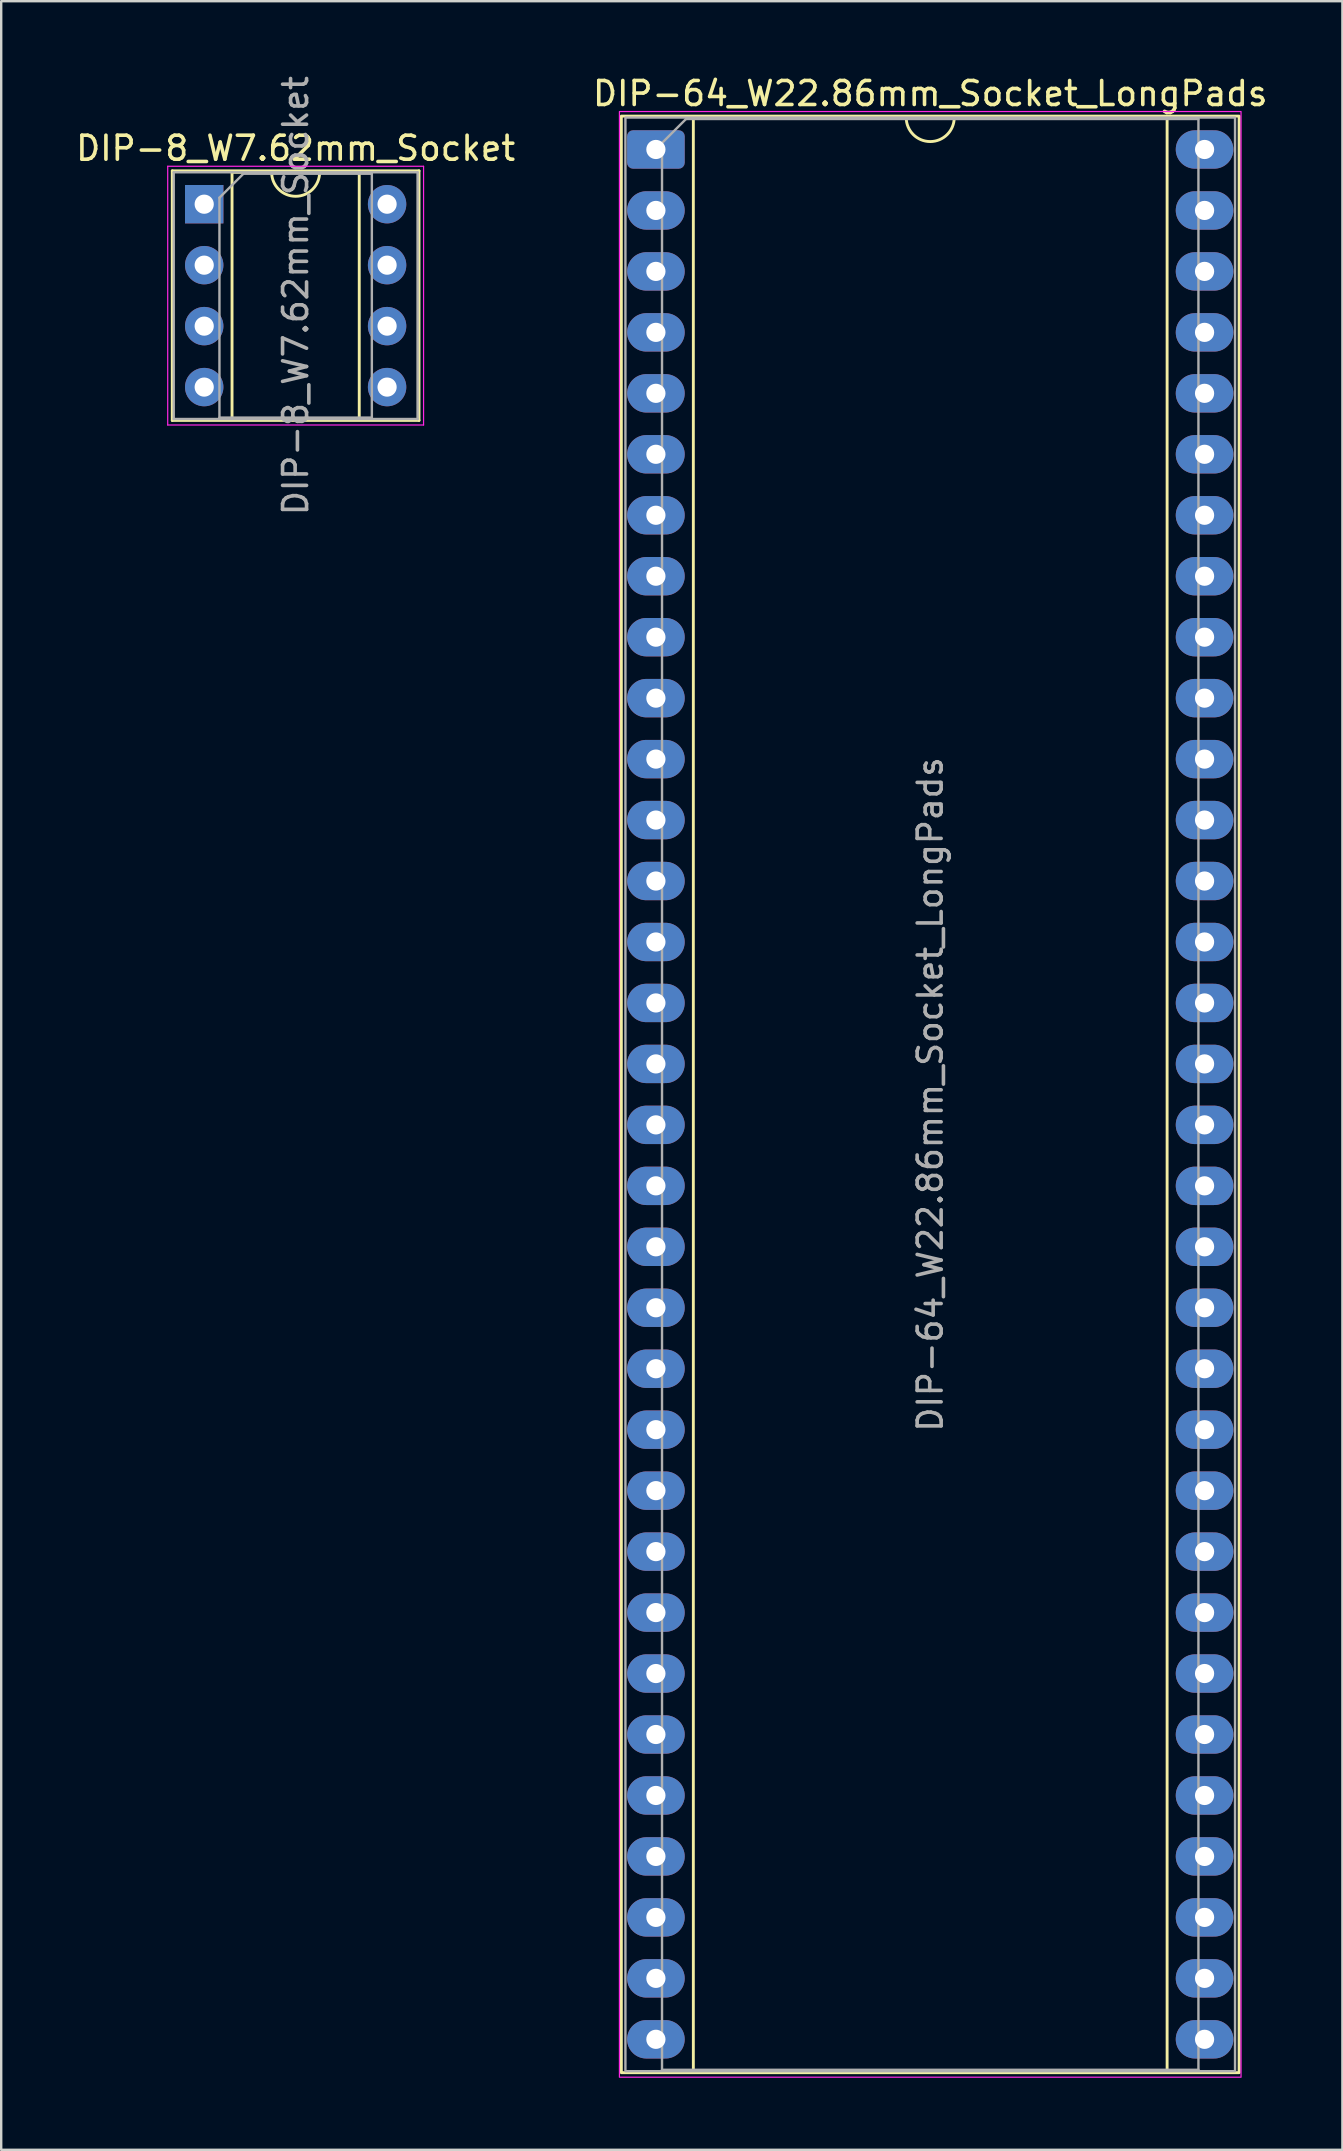
<source format=kicad_pcb>
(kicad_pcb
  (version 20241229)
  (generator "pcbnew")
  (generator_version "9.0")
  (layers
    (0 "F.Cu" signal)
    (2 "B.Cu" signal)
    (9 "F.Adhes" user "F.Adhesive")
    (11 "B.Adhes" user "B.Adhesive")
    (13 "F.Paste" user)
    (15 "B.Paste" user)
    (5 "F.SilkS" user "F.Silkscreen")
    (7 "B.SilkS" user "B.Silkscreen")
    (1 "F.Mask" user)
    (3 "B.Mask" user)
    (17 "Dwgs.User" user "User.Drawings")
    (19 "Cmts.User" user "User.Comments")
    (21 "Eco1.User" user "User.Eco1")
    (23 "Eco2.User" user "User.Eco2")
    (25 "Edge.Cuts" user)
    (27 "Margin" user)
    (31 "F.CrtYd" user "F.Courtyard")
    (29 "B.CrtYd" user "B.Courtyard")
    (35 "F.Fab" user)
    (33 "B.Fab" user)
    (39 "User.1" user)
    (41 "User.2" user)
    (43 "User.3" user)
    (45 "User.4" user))
  (footprint "DIP-64_W22.86mm_Socket_LongPads"
    (layer "F.Cu")
    (at 24.278 3.178)
    (property "Reference" "DIP-64_W22.86mm_Socket_LongPads" (at 11.43 -2.33 0) (layer "F.SilkS") (effects (font (size 1 1) (thickness 0.15))))
    (attr through_hole)
    (fp_line (start 1.56 -1.33) (end 1.56 80.07) (stroke (width 0.12) (type solid)) (layer "F.SilkS"))
    (fp_line (start 1.56 80.07) (end 21.3 80.07) (stroke (width 0.12) (type solid)) (layer "F.SilkS"))
    (fp_line (start 10.43 -1.33) (end 1.56 -1.33) (stroke (width 0.12) (type solid)) (layer "F.SilkS"))
    (fp_line (start 21.3 -1.33) (end 12.43 -1.33) (stroke (width 0.12) (type solid)) (layer "F.SilkS"))
    (fp_line (start 21.3 80.07) (end 21.3 -1.33) (stroke (width 0.12) (type solid)) (layer "F.SilkS"))
    (fp_rect (start -1.44 -1.39) (end 24.3 80.13) (stroke (width 0.12) (type solid)) (fill no) (layer "F.SilkS"))
    (fp_arc (start 12.43 -1.33) (mid 11.43 -0.33) (end 10.43 -1.33) (stroke (width 0.12) (type solid)) (layer "F.SilkS"))
    (fp_rect (start -1.52 -1.58) (end 24.38 80.32) (stroke (width 0.05) (type solid)) (fill no) (layer "F.CrtYd"))
    (fp_line (start 0.255 -0.27) (end 1.255 -1.27) (stroke (width 0.1) (type solid)) (layer "F.Fab"))
    (fp_line (start 0.255 80.01) (end 0.255 -0.27) (stroke (width 0.1) (type solid)) (layer "F.Fab"))
    (fp_line (start 1.255 -1.27) (end 22.605 -1.27) (stroke (width 0.1) (type solid)) (layer "F.Fab"))
    (fp_line (start 22.605 -1.27) (end 22.605 80.01) (stroke (width 0.1) (type solid)) (layer "F.Fab"))
    (fp_line (start 22.605 80.01) (end 0.255 80.01) (stroke (width 0.1) (type solid)) (layer "F.Fab"))
    (fp_rect (start -1.27 -1.33) (end 24.13 80.07) (stroke (width 0.1) (type solid)) (fill no) (layer "F.Fab"))
    (fp_text user "${REFERENCE}" (at 11.43 39.37 90) (layer "F.Fab") (effects (font (size 1 1) (thickness 0.15))))
    (pad "1" thru_hole roundrect (at 0 0) (size 2.4 1.6) (drill 0.8) (layers "*.Cu" "*.Mask") (roundrect_rratio 0.156))
    (pad "2" thru_hole oval (at 0 2.54) (size 2.4 1.6) (drill 0.8) (layers "*.Cu" "*.Mask"))
    (pad "3" thru_hole oval (at 0 5.08) (size 2.4 1.6) (drill 0.8) (layers "*.Cu" "*.Mask"))
    (pad "4" thru_hole oval (at 0 7.62) (size 2.4 1.6) (drill 0.8) (layers "*.Cu" "*.Mask"))
    (pad "5" thru_hole oval (at 0 10.16) (size 2.4 1.6) (drill 0.8) (layers "*.Cu" "*.Mask"))
    (pad "6" thru_hole oval (at 0 12.7) (size 2.4 1.6) (drill 0.8) (layers "*.Cu" "*.Mask"))
    (pad "7" thru_hole oval (at 0 15.24) (size 2.4 1.6) (drill 0.8) (layers "*.Cu" "*.Mask"))
    (pad "8" thru_hole oval (at 0 17.78) (size 2.4 1.6) (drill 0.8) (layers "*.Cu" "*.Mask"))
    (pad "9" thru_hole oval (at 0 20.32) (size 2.4 1.6) (drill 0.8) (layers "*.Cu" "*.Mask"))
    (pad "10" thru_hole oval (at 0 22.86) (size 2.4 1.6) (drill 0.8) (layers "*.Cu" "*.Mask"))
    (pad "11" thru_hole oval (at 0 25.4) (size 2.4 1.6) (drill 0.8) (layers "*.Cu" "*.Mask"))
    (pad "12" thru_hole oval (at 0 27.94) (size 2.4 1.6) (drill 0.8) (layers "*.Cu" "*.Mask"))
    (pad "13" thru_hole oval (at 0 30.48) (size 2.4 1.6) (drill 0.8) (layers "*.Cu" "*.Mask"))
    (pad "14" thru_hole oval (at 0 33.02) (size 2.4 1.6) (drill 0.8) (layers "*.Cu" "*.Mask"))
    (pad "15" thru_hole oval (at 0 35.56) (size 2.4 1.6) (drill 0.8) (layers "*.Cu" "*.Mask"))
    (pad "16" thru_hole oval (at 0 38.1) (size 2.4 1.6) (drill 0.8) (layers "*.Cu" "*.Mask"))
    (pad "17" thru_hole oval (at 0 40.64) (size 2.4 1.6) (drill 0.8) (layers "*.Cu" "*.Mask"))
    (pad "18" thru_hole oval (at 0 43.18) (size 2.4 1.6) (drill 0.8) (layers "*.Cu" "*.Mask"))
    (pad "19" thru_hole oval (at 0 45.72) (size 2.4 1.6) (drill 0.8) (layers "*.Cu" "*.Mask"))
    (pad "20" thru_hole oval (at 0 48.26) (size 2.4 1.6) (drill 0.8) (layers "*.Cu" "*.Mask"))
    (pad "21" thru_hole oval (at 0 50.8) (size 2.4 1.6) (drill 0.8) (layers "*.Cu" "*.Mask"))
    (pad "22" thru_hole oval (at 0 53.34) (size 2.4 1.6) (drill 0.8) (layers "*.Cu" "*.Mask"))
    (pad "23" thru_hole oval (at 0 55.88) (size 2.4 1.6) (drill 0.8) (layers "*.Cu" "*.Mask"))
    (pad "24" thru_hole oval (at 0 58.42) (size 2.4 1.6) (drill 0.8) (layers "*.Cu" "*.Mask"))
    (pad "25" thru_hole oval (at 0 60.96) (size 2.4 1.6) (drill 0.8) (layers "*.Cu" "*.Mask"))
    (pad "26" thru_hole oval (at 0 63.5) (size 2.4 1.6) (drill 0.8) (layers "*.Cu" "*.Mask"))
    (pad "27" thru_hole oval (at 0 66.04) (size 2.4 1.6) (drill 0.8) (layers "*.Cu" "*.Mask"))
    (pad "28" thru_hole oval (at 0 68.58) (size 2.4 1.6) (drill 0.8) (layers "*.Cu" "*.Mask"))
    (pad "29" thru_hole oval (at 0 71.12) (size 2.4 1.6) (drill 0.8) (layers "*.Cu" "*.Mask"))
    (pad "30" thru_hole oval (at 0 73.66) (size 2.4 1.6) (drill 0.8) (layers "*.Cu" "*.Mask"))
    (pad "31" thru_hole oval (at 0 76.2) (size 2.4 1.6) (drill 0.8) (layers "*.Cu" "*.Mask"))
    (pad "32" thru_hole oval (at 0 78.74) (size 2.4 1.6) (drill 0.8) (layers "*.Cu" "*.Mask"))
    (pad "33" thru_hole oval (at 22.86 78.74) (size 2.4 1.6) (drill 0.8) (layers "*.Cu" "*.Mask"))
    (pad "34" thru_hole oval (at 22.86 76.2) (size 2.4 1.6) (drill 0.8) (layers "*.Cu" "*.Mask"))
    (pad "35" thru_hole oval (at 22.86 73.66) (size 2.4 1.6) (drill 0.8) (layers "*.Cu" "*.Mask"))
    (pad "36" thru_hole oval (at 22.86 71.12) (size 2.4 1.6) (drill 0.8) (layers "*.Cu" "*.Mask"))
    (pad "37" thru_hole oval (at 22.86 68.58) (size 2.4 1.6) (drill 0.8) (layers "*.Cu" "*.Mask"))
    (pad "38" thru_hole oval (at 22.86 66.04) (size 2.4 1.6) (drill 0.8) (layers "*.Cu" "*.Mask"))
    (pad "39" thru_hole oval (at 22.86 63.5) (size 2.4 1.6) (drill 0.8) (layers "*.Cu" "*.Mask"))
    (pad "40" thru_hole oval (at 22.86 60.96) (size 2.4 1.6) (drill 0.8) (layers "*.Cu" "*.Mask"))
    (pad "41" thru_hole oval (at 22.86 58.42) (size 2.4 1.6) (drill 0.8) (layers "*.Cu" "*.Mask"))
    (pad "42" thru_hole oval (at 22.86 55.88) (size 2.4 1.6) (drill 0.8) (layers "*.Cu" "*.Mask"))
    (pad "43" thru_hole oval (at 22.86 53.34) (size 2.4 1.6) (drill 0.8) (layers "*.Cu" "*.Mask"))
    (pad "44" thru_hole oval (at 22.86 50.8) (size 2.4 1.6) (drill 0.8) (layers "*.Cu" "*.Mask"))
    (pad "45" thru_hole oval (at 22.86 48.26) (size 2.4 1.6) (drill 0.8) (layers "*.Cu" "*.Mask"))
    (pad "46" thru_hole oval (at 22.86 45.72) (size 2.4 1.6) (drill 0.8) (layers "*.Cu" "*.Mask"))
    (pad "47" thru_hole oval (at 22.86 43.18) (size 2.4 1.6) (drill 0.8) (layers "*.Cu" "*.Mask"))
    (pad "48" thru_hole oval (at 22.86 40.64) (size 2.4 1.6) (drill 0.8) (layers "*.Cu" "*.Mask"))
    (pad "49" thru_hole oval (at 22.86 38.1) (size 2.4 1.6) (drill 0.8) (layers "*.Cu" "*.Mask"))
    (pad "50" thru_hole oval (at 22.86 35.56) (size 2.4 1.6) (drill 0.8) (layers "*.Cu" "*.Mask"))
    (pad "51" thru_hole oval (at 22.86 33.02) (size 2.4 1.6) (drill 0.8) (layers "*.Cu" "*.Mask"))
    (pad "52" thru_hole oval (at 22.86 30.48) (size 2.4 1.6) (drill 0.8) (layers "*.Cu" "*.Mask"))
    (pad "53" thru_hole oval (at 22.86 27.94) (size 2.4 1.6) (drill 0.8) (layers "*.Cu" "*.Mask"))
    (pad "54" thru_hole oval (at 22.86 25.4) (size 2.4 1.6) (drill 0.8) (layers "*.Cu" "*.Mask"))
    (pad "55" thru_hole oval (at 22.86 22.86) (size 2.4 1.6) (drill 0.8) (layers "*.Cu" "*.Mask"))
    (pad "56" thru_hole oval (at 22.86 20.32) (size 2.4 1.6) (drill 0.8) (layers "*.Cu" "*.Mask"))
    (pad "57" thru_hole oval (at 22.86 17.78) (size 2.4 1.6) (drill 0.8) (layers "*.Cu" "*.Mask"))
    (pad "58" thru_hole oval (at 22.86 15.24) (size 2.4 1.6) (drill 0.8) (layers "*.Cu" "*.Mask"))
    (pad "59" thru_hole oval (at 22.86 12.7) (size 2.4 1.6) (drill 0.8) (layers "*.Cu" "*.Mask"))
    (pad "60" thru_hole oval (at 22.86 10.16) (size 2.4 1.6) (drill 0.8) (layers "*.Cu" "*.Mask"))
    (pad "61" thru_hole oval (at 22.86 7.62) (size 2.4 1.6) (drill 0.8) (layers "*.Cu" "*.Mask"))
    (pad "62" thru_hole oval (at 22.86 5.08) (size 2.4 1.6) (drill 0.8) (layers "*.Cu" "*.Mask"))
    (pad "63" thru_hole oval (at 22.86 2.54) (size 2.4 1.6) (drill 0.8) (layers "*.Cu" "*.Mask"))
    (pad "64" thru_hole oval (at 22.86 0) (size 2.4 1.6) (drill 0.8) (layers "*.Cu" "*.Mask")))
  (footprint "DIP-8_W7.62mm_Socket"
    (layer "F.Cu")
    (at 5.458 5.458)
    (property "Reference" "DIP-8_W7.62mm_Socket" (at 3.81 -2.33 0) (layer "F.SilkS") (effects (font (size 1 1) (thickness 0.15))))
    (attr through_hole)
    (fp_line (start -1.33 -1.39) (end -1.33 9.01) (stroke (width 0.12) (type solid)) (layer "F.SilkS"))
    (fp_line (start -1.33 9.01) (end 8.95 9.01) (stroke (width 0.12) (type solid)) (layer "F.SilkS"))
    (fp_line (start 1.16 -1.33) (end 1.16 8.95) (stroke (width 0.12) (type solid)) (layer "F.SilkS"))
    (fp_line (start 1.16 8.95) (end 6.46 8.95) (stroke (width 0.12) (type solid)) (layer "F.SilkS"))
    (fp_line (start 2.81 -1.33) (end 1.16 -1.33) (stroke (width 0.12) (type solid)) (layer "F.SilkS"))
    (fp_line (start 6.46 -1.33) (end 4.81 -1.33) (stroke (width 0.12) (type solid)) (layer "F.SilkS"))
    (fp_line (start 6.46 8.95) (end 6.46 -1.33) (stroke (width 0.12) (type solid)) (layer "F.SilkS"))
    (fp_line (start 8.95 -1.39) (end -1.33 -1.39) (stroke (width 0.12) (type solid)) (layer "F.SilkS"))
    (fp_line (start 8.95 9.01) (end 8.95 -1.39) (stroke (width 0.12) (type solid)) (layer "F.SilkS"))
    (fp_arc (start 4.81 -1.33) (mid 3.81 -0.33) (end 2.81 -1.33) (stroke (width 0.12) (type solid)) (layer "F.SilkS"))
    (fp_line (start -1.52 -1.58) (end -1.52 9.2) (stroke (width 0.05) (type solid)) (layer "F.CrtYd"))
    (fp_line (start -1.52 9.2) (end 9.14 9.2) (stroke (width 0.05) (type solid)) (layer "F.CrtYd"))
    (fp_line (start 9.14 -1.58) (end -1.52 -1.58) (stroke (width 0.05) (type solid)) (layer "F.CrtYd"))
    (fp_line (start 9.14 9.2) (end 9.14 -1.58) (stroke (width 0.05) (type solid)) (layer "F.CrtYd"))
    (fp_line (start -1.27 -1.33) (end -1.27 8.95) (stroke (width 0.1) (type solid)) (layer "F.Fab"))
    (fp_line (start -1.27 8.95) (end 8.89 8.95) (stroke (width 0.1) (type solid)) (layer "F.Fab"))
    (fp_line (start 0.635 -0.27) (end 1.635 -1.27) (stroke (width 0.1) (type solid)) (layer "F.Fab"))
    (fp_line (start 0.635 8.89) (end 0.635 -0.27) (stroke (width 0.1) (type solid)) (layer "F.Fab"))
    (fp_line (start 1.635 -1.27) (end 6.985 -1.27) (stroke (width 0.1) (type solid)) (layer "F.Fab"))
    (fp_line (start 6.985 -1.27) (end 6.985 8.89) (stroke (width 0.1) (type solid)) (layer "F.Fab"))
    (fp_line (start 6.985 8.89) (end 0.635 8.89) (stroke (width 0.1) (type solid)) (layer "F.Fab"))
    (fp_line (start 8.89 -1.33) (end -1.27 -1.33) (stroke (width 0.1) (type solid)) (layer "F.Fab"))
    (fp_line (start 8.89 8.95) (end 8.89 -1.33) (stroke (width 0.1) (type solid)) (layer "F.Fab"))
    (fp_text user "${REFERENCE}" (at 3.81 3.81 90) (layer "F.Fab") (effects (font (size 1 1) (thickness 0.15))))
    (pad "1" thru_hole rect (at 0 0) (size 1.6 1.6) (drill 0.8) (layers "*.Cu" "*.Mask"))
    (pad "2" thru_hole circle (at 0 2.54) (size 1.6 1.6) (drill 0.8) (layers "*.Cu" "*.Mask"))
    (pad "3" thru_hole circle (at 0 5.08) (size 1.6 1.6) (drill 0.8) (layers "*.Cu" "*.Mask"))
    (pad "4" thru_hole circle (at 0 7.62) (size 1.6 1.6) (drill 0.8) (layers "*.Cu" "*.Mask"))
    (pad "5" thru_hole circle (at 7.62 7.62) (size 1.6 1.6) (drill 0.8) (layers "*.Cu" "*.Mask"))
    (pad "6" thru_hole circle (at 7.62 5.08) (size 1.6 1.6) (drill 0.8) (layers "*.Cu" "*.Mask"))
    (pad "7" thru_hole circle (at 7.62 2.54) (size 1.6 1.6) (drill 0.8) (layers "*.Cu" "*.Mask"))
    (pad "8" thru_hole circle (at 7.62 0) (size 1.6 1.6) (drill 0.8) (layers "*.Cu" "*.Mask")))
  (gr_rect
    (start -3 -3)
    (end 52.881 86.523)
    (stroke (width 0.1) (type default))
    (fill no)
    (layer "Edge.Cuts")))
</source>
